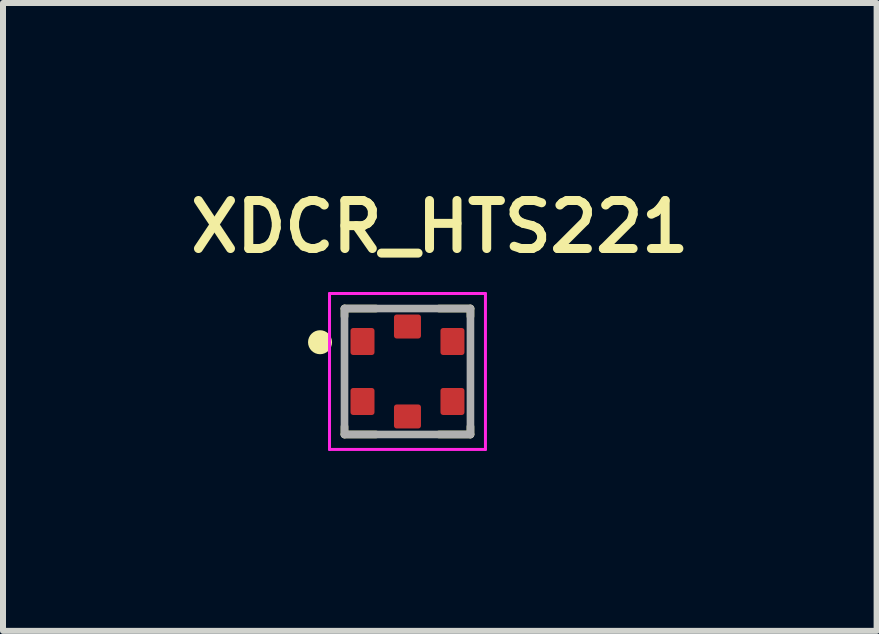
<source format=kicad_pcb>
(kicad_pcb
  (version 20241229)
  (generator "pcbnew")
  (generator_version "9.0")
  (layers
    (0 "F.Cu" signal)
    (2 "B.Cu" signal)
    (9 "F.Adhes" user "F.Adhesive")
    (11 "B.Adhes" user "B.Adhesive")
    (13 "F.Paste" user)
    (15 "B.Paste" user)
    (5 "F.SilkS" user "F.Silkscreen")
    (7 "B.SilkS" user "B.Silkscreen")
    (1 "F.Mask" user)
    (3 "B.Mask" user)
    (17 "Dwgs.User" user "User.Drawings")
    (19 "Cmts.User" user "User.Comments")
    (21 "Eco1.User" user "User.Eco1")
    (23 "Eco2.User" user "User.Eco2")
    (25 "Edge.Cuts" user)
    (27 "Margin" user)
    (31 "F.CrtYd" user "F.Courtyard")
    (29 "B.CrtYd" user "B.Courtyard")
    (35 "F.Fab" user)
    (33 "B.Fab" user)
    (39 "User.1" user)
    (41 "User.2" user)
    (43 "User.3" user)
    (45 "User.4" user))
  (footprint "XDCR_HTS221"
    (layer "F.Cu")
    (at 3.744 3.144)
    (property "Reference" "XDCR_HTS221" (at 0.539 -2.413 0) (layer "F.SilkS") (effects (font (size 0.801 0.801) (thickness 0.15))))
    (attr smd)
    (fp_line (start -1.05 -1.05) (end -0.525 -1.05) (stroke (width 0.127) (type solid)) (layer "F.SilkS"))
    (fp_line (start -1.05 -0.919) (end -1.05 -1.05) (stroke (width 0.127) (type solid)) (layer "F.SilkS"))
    (fp_line (start -1.05 0.919) (end -1.05 1.05) (stroke (width 0.127) (type solid)) (layer "F.SilkS"))
    (fp_line (start -1.05 1.05) (end -0.525 1.05) (stroke (width 0.127) (type solid)) (layer "F.SilkS"))
    (fp_line (start 0.525 -1.05) (end 1.05 -1.05) (stroke (width 0.127) (type solid)) (layer "F.SilkS"))
    (fp_line (start 0.525 1.05) (end 1.05 1.05) (stroke (width 0.127) (type solid)) (layer "F.SilkS"))
    (fp_line (start 1.05 -1.05) (end 1.05 -0.919) (stroke (width 0.127) (type solid)) (layer "F.SilkS"))
    (fp_line (start 1.05 1.05) (end 1.05 0.919) (stroke (width 0.127) (type solid)) (layer "F.SilkS"))
    (fp_circle (center -1.458 -0.488) (end -1.358 -0.488) (stroke (width 0.2) (type solid)) (fill no) (layer "F.SilkS"))
    (fp_line (start -1.3 -1.3) (end 1.3 -1.3) (stroke (width 0.05) (type solid)) (layer "F.CrtYd"))
    (fp_line (start -1.3 1.3) (end -1.3 -1.3) (stroke (width 0.05) (type solid)) (layer "F.CrtYd"))
    (fp_line (start 1.3 -1.3) (end 1.3 1.3) (stroke (width 0.05) (type solid)) (layer "F.CrtYd"))
    (fp_line (start 1.3 1.3) (end -1.3 1.3) (stroke (width 0.05) (type solid)) (layer "F.CrtYd"))
    (fp_line (start -1.05 -1.05) (end -1.05 1.05) (stroke (width 0.127) (type solid)) (layer "F.Fab"))
    (fp_line (start -1.05 1.05) (end 1.05 1.05) (stroke (width 0.127) (type solid)) (layer "F.Fab"))
    (fp_line (start 1.05 -1.05) (end -1.05 -1.05) (stroke (width 0.127) (type solid)) (layer "F.Fab"))
    (fp_line (start 1.05 1.05) (end 1.05 -1.05) (stroke (width 0.127) (type solid)) (layer "F.Fab"))
    (pad "1" smd roundrect (at -0.75 -0.5) (size 0.4 0.45) (layers "F.Cu" "F.Mask" "F.Paste") (roundrect_rratio 0.11))
    (pad "2" smd roundrect (at -0.75 0.5) (size 0.4 0.45) (layers "F.Cu" "F.Mask" "F.Paste") (roundrect_rratio 0.11))
    (pad "3" smd roundrect (at 0 0.75 90) (size 0.4 0.45) (layers "F.Cu" "F.Mask" "F.Paste") (roundrect_rratio 0.11))
    (pad "4" smd roundrect (at 0.75 0.5) (size 0.4 0.45) (layers "F.Cu" "F.Mask" "F.Paste") (roundrect_rratio 0.11))
    (pad "5" smd roundrect (at 0.75 -0.5) (size 0.4 0.45) (layers "F.Cu" "F.Mask" "F.Paste") (roundrect_rratio 0.11))
    (pad "6" smd roundrect (at 0 -0.75 90) (size 0.4 0.45) (layers "F.Cu" "F.Mask" "F.Paste") (roundrect_rratio 0.11)))
  (gr_rect
    (start -3 -3)
    (end 11.566 7.469)
    (stroke (width 0.1) (type default))
    (fill no)
    (layer "Edge.Cuts")))
</source>
